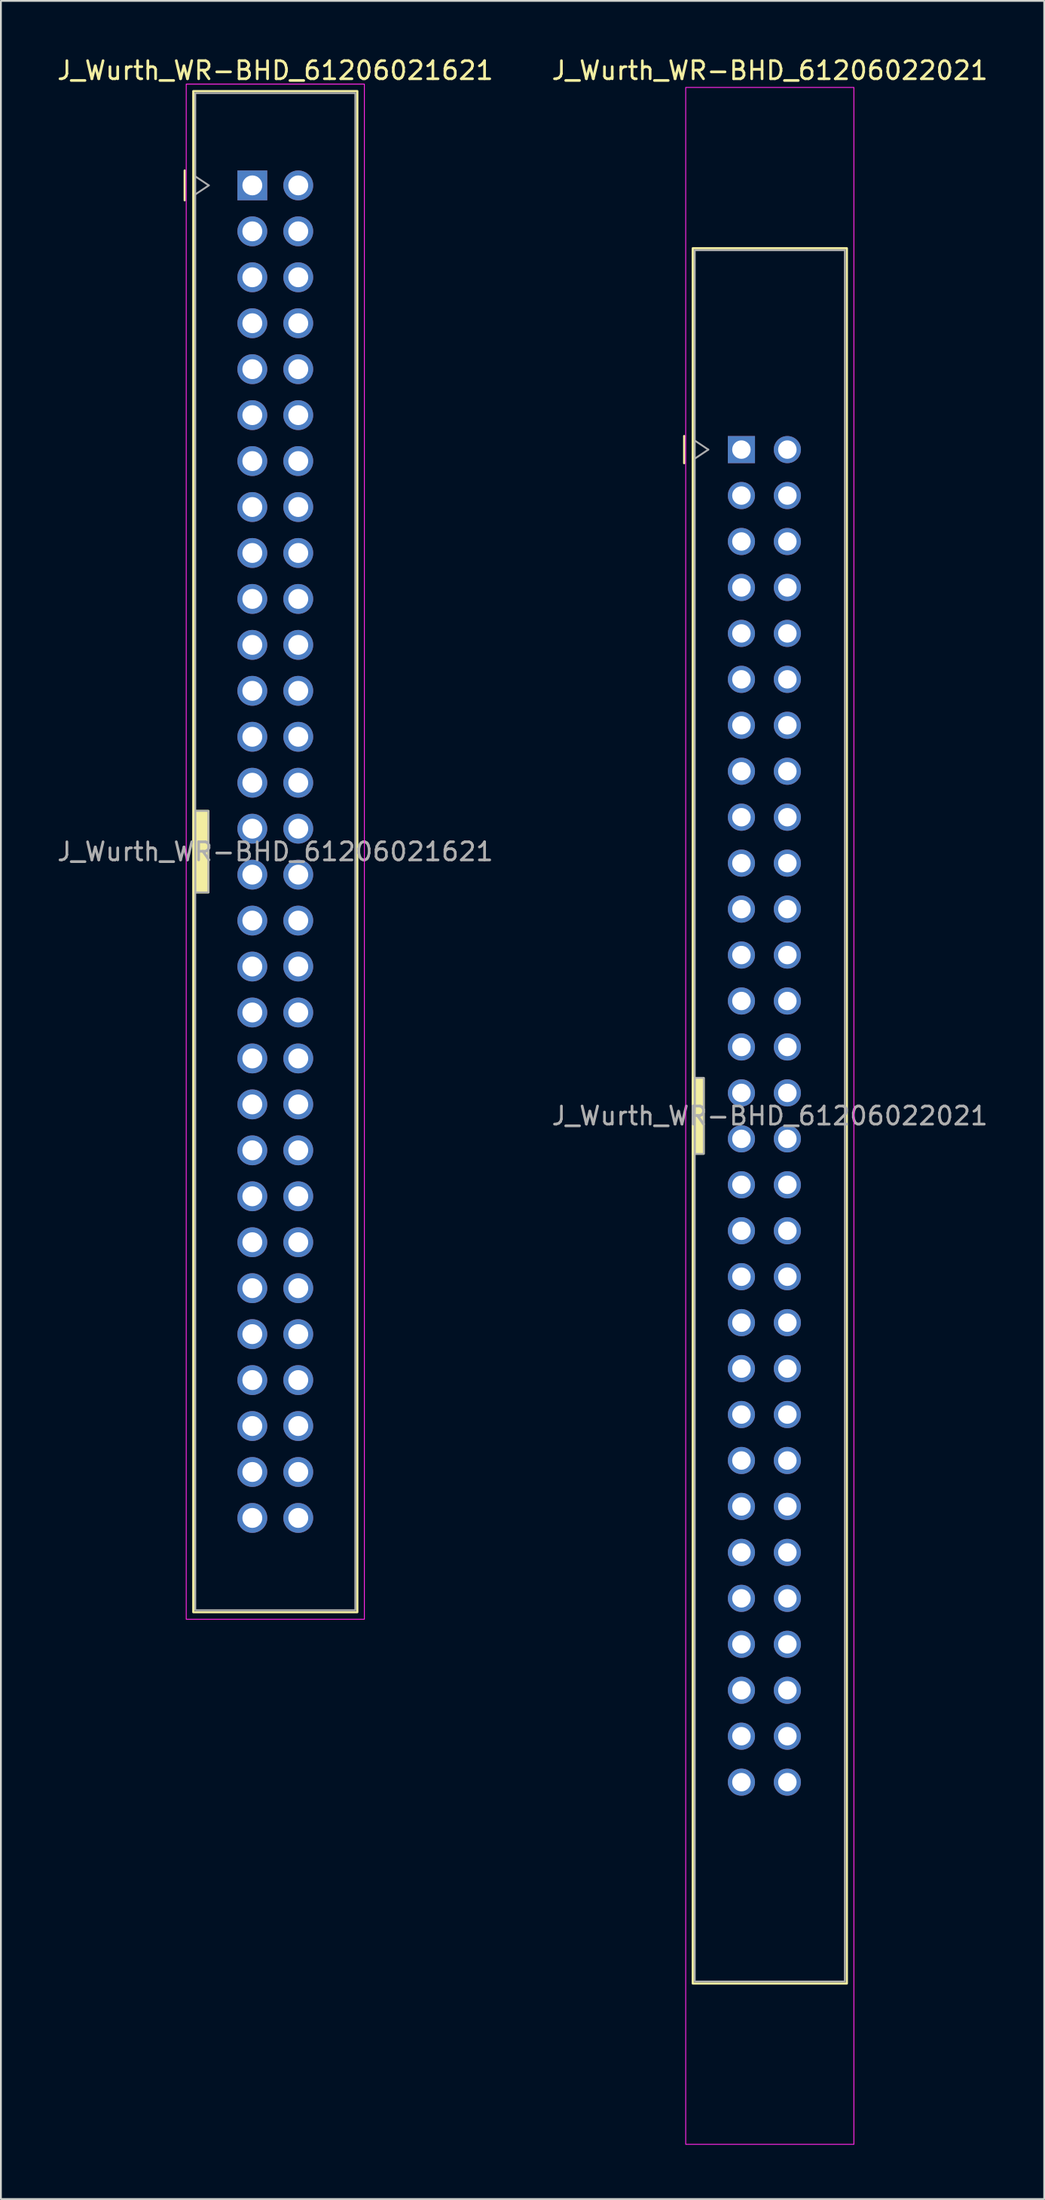
<source format=kicad_pcb>
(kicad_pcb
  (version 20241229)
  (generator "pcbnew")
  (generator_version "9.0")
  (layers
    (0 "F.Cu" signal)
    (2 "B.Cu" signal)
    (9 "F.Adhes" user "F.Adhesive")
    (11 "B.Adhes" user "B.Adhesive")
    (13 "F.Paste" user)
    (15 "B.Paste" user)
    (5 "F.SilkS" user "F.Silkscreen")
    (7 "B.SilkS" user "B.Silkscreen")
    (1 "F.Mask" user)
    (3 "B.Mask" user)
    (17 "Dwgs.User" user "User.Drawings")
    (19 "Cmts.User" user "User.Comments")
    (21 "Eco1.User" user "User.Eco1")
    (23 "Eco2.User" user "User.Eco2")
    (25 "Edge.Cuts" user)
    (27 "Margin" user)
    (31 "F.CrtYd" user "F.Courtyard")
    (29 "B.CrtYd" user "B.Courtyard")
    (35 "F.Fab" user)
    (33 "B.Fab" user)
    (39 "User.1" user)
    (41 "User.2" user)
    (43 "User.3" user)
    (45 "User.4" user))
  (footprint "J_Wurth_WR-BHD_61206022021"
    (layer "F.Cu")
    (at 37.948 21.803)
    (property "Reference" "J_Wurth_WR-BHD_61206022021" (at 1.57 -20.955 0) (unlocked yes) (layer "F.SilkS") (effects (font (size 1 1) (thickness 0.15))))
    (attr through_hole)
    (fp_line (start -3.165 -0.75) (end -3.165 0.75) (stroke (width 0.12) (type solid)) (layer "F.SilkS"))
    (fp_rect (start -2.69 -11.13) (end 5.83 84.79) (stroke (width 0.12) (type solid)) (fill no) (layer "F.SilkS"))
    (fp_rect (start -2.69 34.73) (end -2.08 38.93) (stroke (width 0.1) (type solid)) (fill yes) (layer "F.SilkS"))
    (fp_rect (start -3.08 -20.02) (end 6.22 93.68) (stroke (width 0.05) (type solid)) (fill no) (layer "F.CrtYd"))
    (fp_line (start -1.83 0) (end -2.58 -0.5) (stroke (width 0.1) (type solid)) (layer "F.Fab"))
    (fp_line (start -1.83 0) (end -2.58 0.5) (stroke (width 0.1) (type solid)) (layer "F.Fab"))
    (fp_rect (start -2.58 -11.02) (end 5.72 84.68) (stroke (width 0.1) (type solid)) (fill no) (layer "F.Fab"))
    (fp_rect (start -2.58 34.73) (end -2.08 38.93) (stroke (width 0.1) (type solid)) (fill no) (layer "F.Fab"))
    (fp_text user "${REFERENCE}" (at 1.57 36.83 0) (unlocked yes) (layer "F.Fab") (effects (font (size 1 1) (thickness 0.15))))
    (pad "1" thru_hole rect (at 0 0 270) (size 1.5 1.5) (drill 1.02) (layers "*.Cu" "*.Mask"))
    (pad "2" thru_hole circle (at 2.54 0 270) (size 1.5 1.5) (drill 1.02) (layers "*.Cu" "*.Mask"))
    (pad "3" thru_hole circle (at 0 2.54 270) (size 1.5 1.5) (drill 1.02) (layers "*.Cu" "*.Mask"))
    (pad "4" thru_hole circle (at 2.54 2.54 270) (size 1.5 1.5) (drill 1.02) (layers "*.Cu" "*.Mask"))
    (pad "5" thru_hole circle (at 0 5.08 270) (size 1.5 1.5) (drill 1.02) (layers "*.Cu" "*.Mask"))
    (pad "6" thru_hole circle (at 2.54 5.08 270) (size 1.5 1.5) (drill 1.02) (layers "*.Cu" "*.Mask"))
    (pad "7" thru_hole circle (at 0 7.62 270) (size 1.5 1.5) (drill 1.02) (layers "*.Cu" "*.Mask"))
    (pad "8" thru_hole circle (at 2.54 7.62 270) (size 1.5 1.5) (drill 1.02) (layers "*.Cu" "*.Mask"))
    (pad "9" thru_hole circle (at 0 10.16 270) (size 1.5 1.5) (drill 1.02) (layers "*.Cu" "*.Mask"))
    (pad "10" thru_hole circle (at 2.54 10.16 270) (size 1.5 1.5) (drill 1.02) (layers "*.Cu" "*.Mask"))
    (pad "11" thru_hole circle (at 0 12.7 270) (size 1.5 1.5) (drill 1.02) (layers "*.Cu" "*.Mask"))
    (pad "12" thru_hole circle (at 2.54 12.7 270) (size 1.5 1.5) (drill 1.02) (layers "*.Cu" "*.Mask"))
    (pad "13" thru_hole circle (at 0 15.24 270) (size 1.5 1.5) (drill 1.02) (layers "*.Cu" "*.Mask"))
    (pad "14" thru_hole circle (at 2.54 15.24 270) (size 1.5 1.5) (drill 1.02) (layers "*.Cu" "*.Mask"))
    (pad "15" thru_hole circle (at 0 17.78 270) (size 1.5 1.5) (drill 1.02) (layers "*.Cu" "*.Mask"))
    (pad "16" thru_hole circle (at 2.54 17.78 270) (size 1.5 1.5) (drill 1.02) (layers "*.Cu" "*.Mask"))
    (pad "17" thru_hole circle (at 0 20.32 270) (size 1.5 1.5) (drill 1.02) (layers "*.Cu" "*.Mask"))
    (pad "18" thru_hole circle (at 2.54 20.32 270) (size 1.5 1.5) (drill 1.02) (layers "*.Cu" "*.Mask"))
    (pad "19" thru_hole circle (at 0 22.86 270) (size 1.5 1.5) (drill 1.02) (layers "*.Cu" "*.Mask"))
    (pad "20" thru_hole circle (at 2.54 22.86 270) (size 1.5 1.5) (drill 1.02) (layers "*.Cu" "*.Mask"))
    (pad "21" thru_hole circle (at 0 25.4 270) (size 1.5 1.5) (drill 1.02) (layers "*.Cu" "*.Mask"))
    (pad "22" thru_hole circle (at 2.54 25.4 270) (size 1.5 1.5) (drill 1.02) (layers "*.Cu" "*.Mask"))
    (pad "23" thru_hole circle (at 0 27.94 270) (size 1.5 1.5) (drill 1.02) (layers "*.Cu" "*.Mask"))
    (pad "24" thru_hole circle (at 2.54 27.94 270) (size 1.5 1.5) (drill 1.02) (layers "*.Cu" "*.Mask"))
    (pad "25" thru_hole circle (at 0 30.48 270) (size 1.5 1.5) (drill 1.02) (layers "*.Cu" "*.Mask"))
    (pad "26" thru_hole circle (at 2.54 30.48 270) (size 1.5 1.5) (drill 1.02) (layers "*.Cu" "*.Mask"))
    (pad "27" thru_hole circle (at 0 33.02 270) (size 1.5 1.5) (drill 1.02) (layers "*.Cu" "*.Mask"))
    (pad "28" thru_hole circle (at 2.54 33.02 270) (size 1.5 1.5) (drill 1.02) (layers "*.Cu" "*.Mask"))
    (pad "29" thru_hole circle (at 0 35.56 270) (size 1.5 1.5) (drill 1.02) (layers "*.Cu" "*.Mask"))
    (pad "30" thru_hole circle (at 2.54 35.56 270) (size 1.5 1.5) (drill 1.02) (layers "*.Cu" "*.Mask"))
    (pad "31" thru_hole circle (at 0 38.1 270) (size 1.5 1.5) (drill 1.02) (layers "*.Cu" "*.Mask"))
    (pad "32" thru_hole circle (at 2.54 38.1 270) (size 1.5 1.5) (drill 1.02) (layers "*.Cu" "*.Mask"))
    (pad "33" thru_hole circle (at 0 40.64 270) (size 1.5 1.5) (drill 1.02) (layers "*.Cu" "*.Mask"))
    (pad "34" thru_hole circle (at 2.54 40.64 270) (size 1.5 1.5) (drill 1.02) (layers "*.Cu" "*.Mask"))
    (pad "35" thru_hole circle (at 0 43.18 270) (size 1.5 1.5) (drill 1.02) (layers "*.Cu" "*.Mask"))
    (pad "36" thru_hole circle (at 2.54 43.18 270) (size 1.5 1.5) (drill 1.02) (layers "*.Cu" "*.Mask"))
    (pad "37" thru_hole circle (at 0 45.72 270) (size 1.5 1.5) (drill 1.02) (layers "*.Cu" "*.Mask"))
    (pad "38" thru_hole circle (at 2.54 45.72 270) (size 1.5 1.5) (drill 1.02) (layers "*.Cu" "*.Mask"))
    (pad "39" thru_hole circle (at 0 48.26 270) (size 1.5 1.5) (drill 1.02) (layers "*.Cu" "*.Mask"))
    (pad "40" thru_hole circle (at 2.54 48.26 270) (size 1.5 1.5) (drill 1.02) (layers "*.Cu" "*.Mask"))
    (pad "41" thru_hole circle (at 0 50.8 270) (size 1.5 1.5) (drill 1.02) (layers "*.Cu" "*.Mask"))
    (pad "42" thru_hole circle (at 2.54 50.8 270) (size 1.5 1.5) (drill 1.02) (layers "*.Cu" "*.Mask"))
    (pad "43" thru_hole circle (at 0 53.34 270) (size 1.5 1.5) (drill 1.02) (layers "*.Cu" "*.Mask"))
    (pad "44" thru_hole circle (at 2.54 53.34 270) (size 1.5 1.5) (drill 1.02) (layers "*.Cu" "*.Mask"))
    (pad "45" thru_hole circle (at 0 55.88 270) (size 1.5 1.5) (drill 1.02) (layers "*.Cu" "*.Mask"))
    (pad "46" thru_hole circle (at 2.54 55.88 270) (size 1.5 1.5) (drill 1.02) (layers "*.Cu" "*.Mask"))
    (pad "47" thru_hole circle (at 0 58.42 270) (size 1.5 1.5) (drill 1.02) (layers "*.Cu" "*.Mask"))
    (pad "48" thru_hole circle (at 2.54 58.42 270) (size 1.5 1.5) (drill 1.02) (layers "*.Cu" "*.Mask"))
    (pad "49" thru_hole circle (at 0 60.96 270) (size 1.5 1.5) (drill 1.02) (layers "*.Cu" "*.Mask"))
    (pad "50" thru_hole circle (at 2.54 60.96 270) (size 1.5 1.5) (drill 1.02) (layers "*.Cu" "*.Mask"))
    (pad "51" thru_hole circle (at 0 63.5 270) (size 1.5 1.5) (drill 1.02) (layers "*.Cu" "*.Mask"))
    (pad "52" thru_hole circle (at 2.54 63.5 270) (size 1.5 1.5) (drill 1.02) (layers "*.Cu" "*.Mask"))
    (pad "53" thru_hole circle (at 0 66.04 270) (size 1.5 1.5) (drill 1.02) (layers "*.Cu" "*.Mask"))
    (pad "54" thru_hole circle (at 2.54 66.04 270) (size 1.5 1.5) (drill 1.02) (layers "*.Cu" "*.Mask"))
    (pad "55" thru_hole circle (at 0 68.58 270) (size 1.5 1.5) (drill 1.02) (layers "*.Cu" "*.Mask"))
    (pad "56" thru_hole circle (at 2.54 68.58 270) (size 1.5 1.5) (drill 1.02) (layers "*.Cu" "*.Mask"))
    (pad "57" thru_hole circle (at 0 71.12 270) (size 1.5 1.5) (drill 1.02) (layers "*.Cu" "*.Mask"))
    (pad "58" thru_hole circle (at 2.54 71.12 270) (size 1.5 1.5) (drill 1.02) (layers "*.Cu" "*.Mask"))
    (pad "59" thru_hole circle (at 0 73.66 270) (size 1.5 1.5) (drill 1.02) (layers "*.Cu" "*.Mask"))
    (pad "60" thru_hole circle (at 2.54 73.66 270) (size 1.5 1.5) (drill 1.02) (layers "*.Cu" "*.Mask")))
  (footprint "J_Wurth_WR-BHD_61206021621"
    (layer "F.Cu")
    (at 10.903 7.198)
    (property "Reference" "J_Wurth_WR-BHD_61206021621" (at 1.27 -6.35 0) (unlocked yes) (layer "F.SilkS") (effects (font (size 1 1) (thickness 0.15))))
    (attr through_hole)
    (fp_line (start -3.74 -0.825) (end -3.74 0.825) (stroke (width 0.12) (type solid)) (layer "F.SilkS"))
    (fp_rect (start -3.265 -5.21) (end 5.805 78.87) (stroke (width 0.12) (type solid)) (fill no) (layer "F.SilkS"))
    (fp_rect (start -3.155 34.58) (end -2.43 39.08) (stroke (width 0.12) (type solid)) (fill yes) (layer "F.SilkS"))
    (fp_rect (start -3.655 -5.6) (end 6.195 79.26) (stroke (width 0.05) (type solid)) (fill no) (layer "F.CrtYd"))
    (fp_line (start -2.405 0) (end -3.155 -0.5) (stroke (width 0.1) (type solid)) (layer "F.Fab"))
    (fp_line (start -2.405 0) (end -3.155 0.5) (stroke (width 0.1) (type solid)) (layer "F.Fab"))
    (fp_rect (start -3.155 34.58) (end -2.43 39.08) (stroke (width 0.1) (type solid)) (fill no) (layer "F.Fab"))
    (fp_rect (start -3.155 -5.1) (end 5.695 78.76) (stroke (width 0.1) (type solid)) (fill no) (layer "F.Fab"))
    (fp_text user "${REFERENCE}" (at 1.27 36.83 0) (unlocked yes) (layer "F.Fab") (effects (font (size 1 1) (thickness 0.15))))
    (pad "1" thru_hole rect (at 0 0 270) (size 1.65 1.65) (drill 1.1) (layers "*.Cu" "*.Mask"))
    (pad "2" thru_hole circle (at 2.54 0 270) (size 1.65 1.65) (drill 1.1) (layers "*.Cu" "*.Mask"))
    (pad "3" thru_hole circle (at 0 2.54 270) (size 1.65 1.65) (drill 1.1) (layers "*.Cu" "*.Mask"))
    (pad "4" thru_hole circle (at 2.54 2.54 270) (size 1.65 1.65) (drill 1.1) (layers "*.Cu" "*.Mask"))
    (pad "5" thru_hole circle (at 0 5.08 270) (size 1.65 1.65) (drill 1.1) (layers "*.Cu" "*.Mask"))
    (pad "6" thru_hole circle (at 2.54 5.08 270) (size 1.65 1.65) (drill 1.1) (layers "*.Cu" "*.Mask"))
    (pad "7" thru_hole circle (at 0 7.62 270) (size 1.65 1.65) (drill 1.1) (layers "*.Cu" "*.Mask"))
    (pad "8" thru_hole circle (at 2.54 7.62 270) (size 1.65 1.65) (drill 1.1) (layers "*.Cu" "*.Mask"))
    (pad "9" thru_hole circle (at 0 10.16 270) (size 1.65 1.65) (drill 1.1) (layers "*.Cu" "*.Mask"))
    (pad "10" thru_hole circle (at 2.54 10.16 270) (size 1.65 1.65) (drill 1.1) (layers "*.Cu" "*.Mask"))
    (pad "11" thru_hole circle (at 0 12.7 270) (size 1.65 1.65) (drill 1.1) (layers "*.Cu" "*.Mask"))
    (pad "12" thru_hole circle (at 2.54 12.7 270) (size 1.65 1.65) (drill 1.1) (layers "*.Cu" "*.Mask"))
    (pad "13" thru_hole circle (at 0 15.24 270) (size 1.65 1.65) (drill 1.1) (layers "*.Cu" "*.Mask"))
    (pad "14" thru_hole circle (at 2.54 15.24 270) (size 1.65 1.65) (drill 1.1) (layers "*.Cu" "*.Mask"))
    (pad "15" thru_hole circle (at 0 17.78 270) (size 1.65 1.65) (drill 1.1) (layers "*.Cu" "*.Mask"))
    (pad "16" thru_hole circle (at 2.54 17.78 270) (size 1.65 1.65) (drill 1.1) (layers "*.Cu" "*.Mask"))
    (pad "17" thru_hole circle (at 0 20.32 270) (size 1.65 1.65) (drill 1.1) (layers "*.Cu" "*.Mask"))
    (pad "18" thru_hole circle (at 2.54 20.32 270) (size 1.65 1.65) (drill 1.1) (layers "*.Cu" "*.Mask"))
    (pad "19" thru_hole circle (at 0 22.86 270) (size 1.65 1.65) (drill 1.1) (layers "*.Cu" "*.Mask"))
    (pad "20" thru_hole circle (at 2.54 22.86 270) (size 1.65 1.65) (drill 1.1) (layers "*.Cu" "*.Mask"))
    (pad "21" thru_hole circle (at 0 25.4 270) (size 1.65 1.65) (drill 1.1) (layers "*.Cu" "*.Mask"))
    (pad "22" thru_hole circle (at 2.54 25.4 270) (size 1.65 1.65) (drill 1.1) (layers "*.Cu" "*.Mask"))
    (pad "23" thru_hole circle (at 0 27.94 270) (size 1.65 1.65) (drill 1.1) (layers "*.Cu" "*.Mask"))
    (pad "24" thru_hole circle (at 2.54 27.94 270) (size 1.65 1.65) (drill 1.1) (layers "*.Cu" "*.Mask"))
    (pad "25" thru_hole circle (at 0 30.48 270) (size 1.65 1.65) (drill 1.1) (layers "*.Cu" "*.Mask"))
    (pad "26" thru_hole circle (at 2.54 30.48 270) (size 1.65 1.65) (drill 1.1) (layers "*.Cu" "*.Mask"))
    (pad "27" thru_hole circle (at 0 33.02 270) (size 1.65 1.65) (drill 1.1) (layers "*.Cu" "*.Mask"))
    (pad "28" thru_hole circle (at 2.54 33.02 270) (size 1.65 1.65) (drill 1.1) (layers "*.Cu" "*.Mask"))
    (pad "29" thru_hole circle (at 0 35.56 270) (size 1.65 1.65) (drill 1.1) (layers "*.Cu" "*.Mask"))
    (pad "30" thru_hole circle (at 2.54 35.56 270) (size 1.65 1.65) (drill 1.1) (layers "*.Cu" "*.Mask"))
    (pad "31" thru_hole circle (at 0 38.1 270) (size 1.65 1.65) (drill 1.1) (layers "*.Cu" "*.Mask"))
    (pad "32" thru_hole circle (at 2.54 38.1 270) (size 1.65 1.65) (drill 1.1) (layers "*.Cu" "*.Mask"))
    (pad "33" thru_hole circle (at 0 40.64 270) (size 1.65 1.65) (drill 1.1) (layers "*.Cu" "*.Mask"))
    (pad "34" thru_hole circle (at 2.54 40.64 270) (size 1.65 1.65) (drill 1.1) (layers "*.Cu" "*.Mask"))
    (pad "35" thru_hole circle (at 0 43.18 270) (size 1.65 1.65) (drill 1.1) (layers "*.Cu" "*.Mask"))
    (pad "36" thru_hole circle (at 2.54 43.18 270) (size 1.65 1.65) (drill 1.1) (layers "*.Cu" "*.Mask"))
    (pad "37" thru_hole circle (at 0 45.72 270) (size 1.65 1.65) (drill 1.1) (layers "*.Cu" "*.Mask"))
    (pad "38" thru_hole circle (at 2.54 45.72 270) (size 1.65 1.65) (drill 1.1) (layers "*.Cu" "*.Mask"))
    (pad "39" thru_hole circle (at 0 48.26 270) (size 1.65 1.65) (drill 1.1) (layers "*.Cu" "*.Mask"))
    (pad "40" thru_hole circle (at 2.54 48.26 270) (size 1.65 1.65) (drill 1.1) (layers "*.Cu" "*.Mask"))
    (pad "41" thru_hole circle (at 0 50.8 270) (size 1.65 1.65) (drill 1.1) (layers "*.Cu" "*.Mask"))
    (pad "42" thru_hole circle (at 2.54 50.8 270) (size 1.65 1.65) (drill 1.1) (layers "*.Cu" "*.Mask"))
    (pad "43" thru_hole circle (at 0 53.34 270) (size 1.65 1.65) (drill 1.1) (layers "*.Cu" "*.Mask"))
    (pad "44" thru_hole circle (at 2.54 53.34 270) (size 1.65 1.65) (drill 1.1) (layers "*.Cu" "*.Mask"))
    (pad "45" thru_hole circle (at 0 55.88 270) (size 1.65 1.65) (drill 1.1) (layers "*.Cu" "*.Mask"))
    (pad "46" thru_hole circle (at 2.54 55.88 270) (size 1.65 1.65) (drill 1.1) (layers "*.Cu" "*.Mask"))
    (pad "47" thru_hole circle (at 0 58.42 270) (size 1.65 1.65) (drill 1.1) (layers "*.Cu" "*.Mask"))
    (pad "48" thru_hole circle (at 2.54 58.42 270) (size 1.65 1.65) (drill 1.1) (layers "*.Cu" "*.Mask"))
    (pad "49" thru_hole circle (at 0 60.96 270) (size 1.65 1.65) (drill 1.1) (layers "*.Cu" "*.Mask"))
    (pad "50" thru_hole circle (at 2.54 60.96 270) (size 1.65 1.65) (drill 1.1) (layers "*.Cu" "*.Mask"))
    (pad "51" thru_hole circle (at 0 63.5 270) (size 1.65 1.65) (drill 1.1) (layers "*.Cu" "*.Mask"))
    (pad "52" thru_hole circle (at 2.54 63.5 270) (size 1.65 1.65) (drill 1.1) (layers "*.Cu" "*.Mask"))
    (pad "53" thru_hole circle (at 0 66.04 270) (size 1.65 1.65) (drill 1.1) (layers "*.Cu" "*.Mask"))
    (pad "54" thru_hole circle (at 2.54 66.04 270) (size 1.65 1.65) (drill 1.1) (layers "*.Cu" "*.Mask"))
    (pad "55" thru_hole circle (at 0 68.58 270) (size 1.65 1.65) (drill 1.1) (layers "*.Cu" "*.Mask"))
    (pad "56" thru_hole circle (at 2.54 68.58 270) (size 1.65 1.65) (drill 1.1) (layers "*.Cu" "*.Mask"))
    (pad "57" thru_hole circle (at 0 71.12 270) (size 1.65 1.65) (drill 1.1) (layers "*.Cu" "*.Mask"))
    (pad "58" thru_hole circle (at 2.54 71.12 270) (size 1.65 1.65) (drill 1.1) (layers "*.Cu" "*.Mask"))
    (pad "59" thru_hole circle (at 0 73.66 270) (size 1.65 1.65) (drill 1.1) (layers "*.Cu" "*.Mask"))
    (pad "60" thru_hole circle (at 2.54 73.66 270) (size 1.65 1.65) (drill 1.1) (layers "*.Cu" "*.Mask")))
  (gr_rect
    (start -3 -3)
    (end 54.69 118.508)
    (stroke (width 0.1) (type default))
    (fill no)
    (layer "Edge.Cuts")))
</source>
